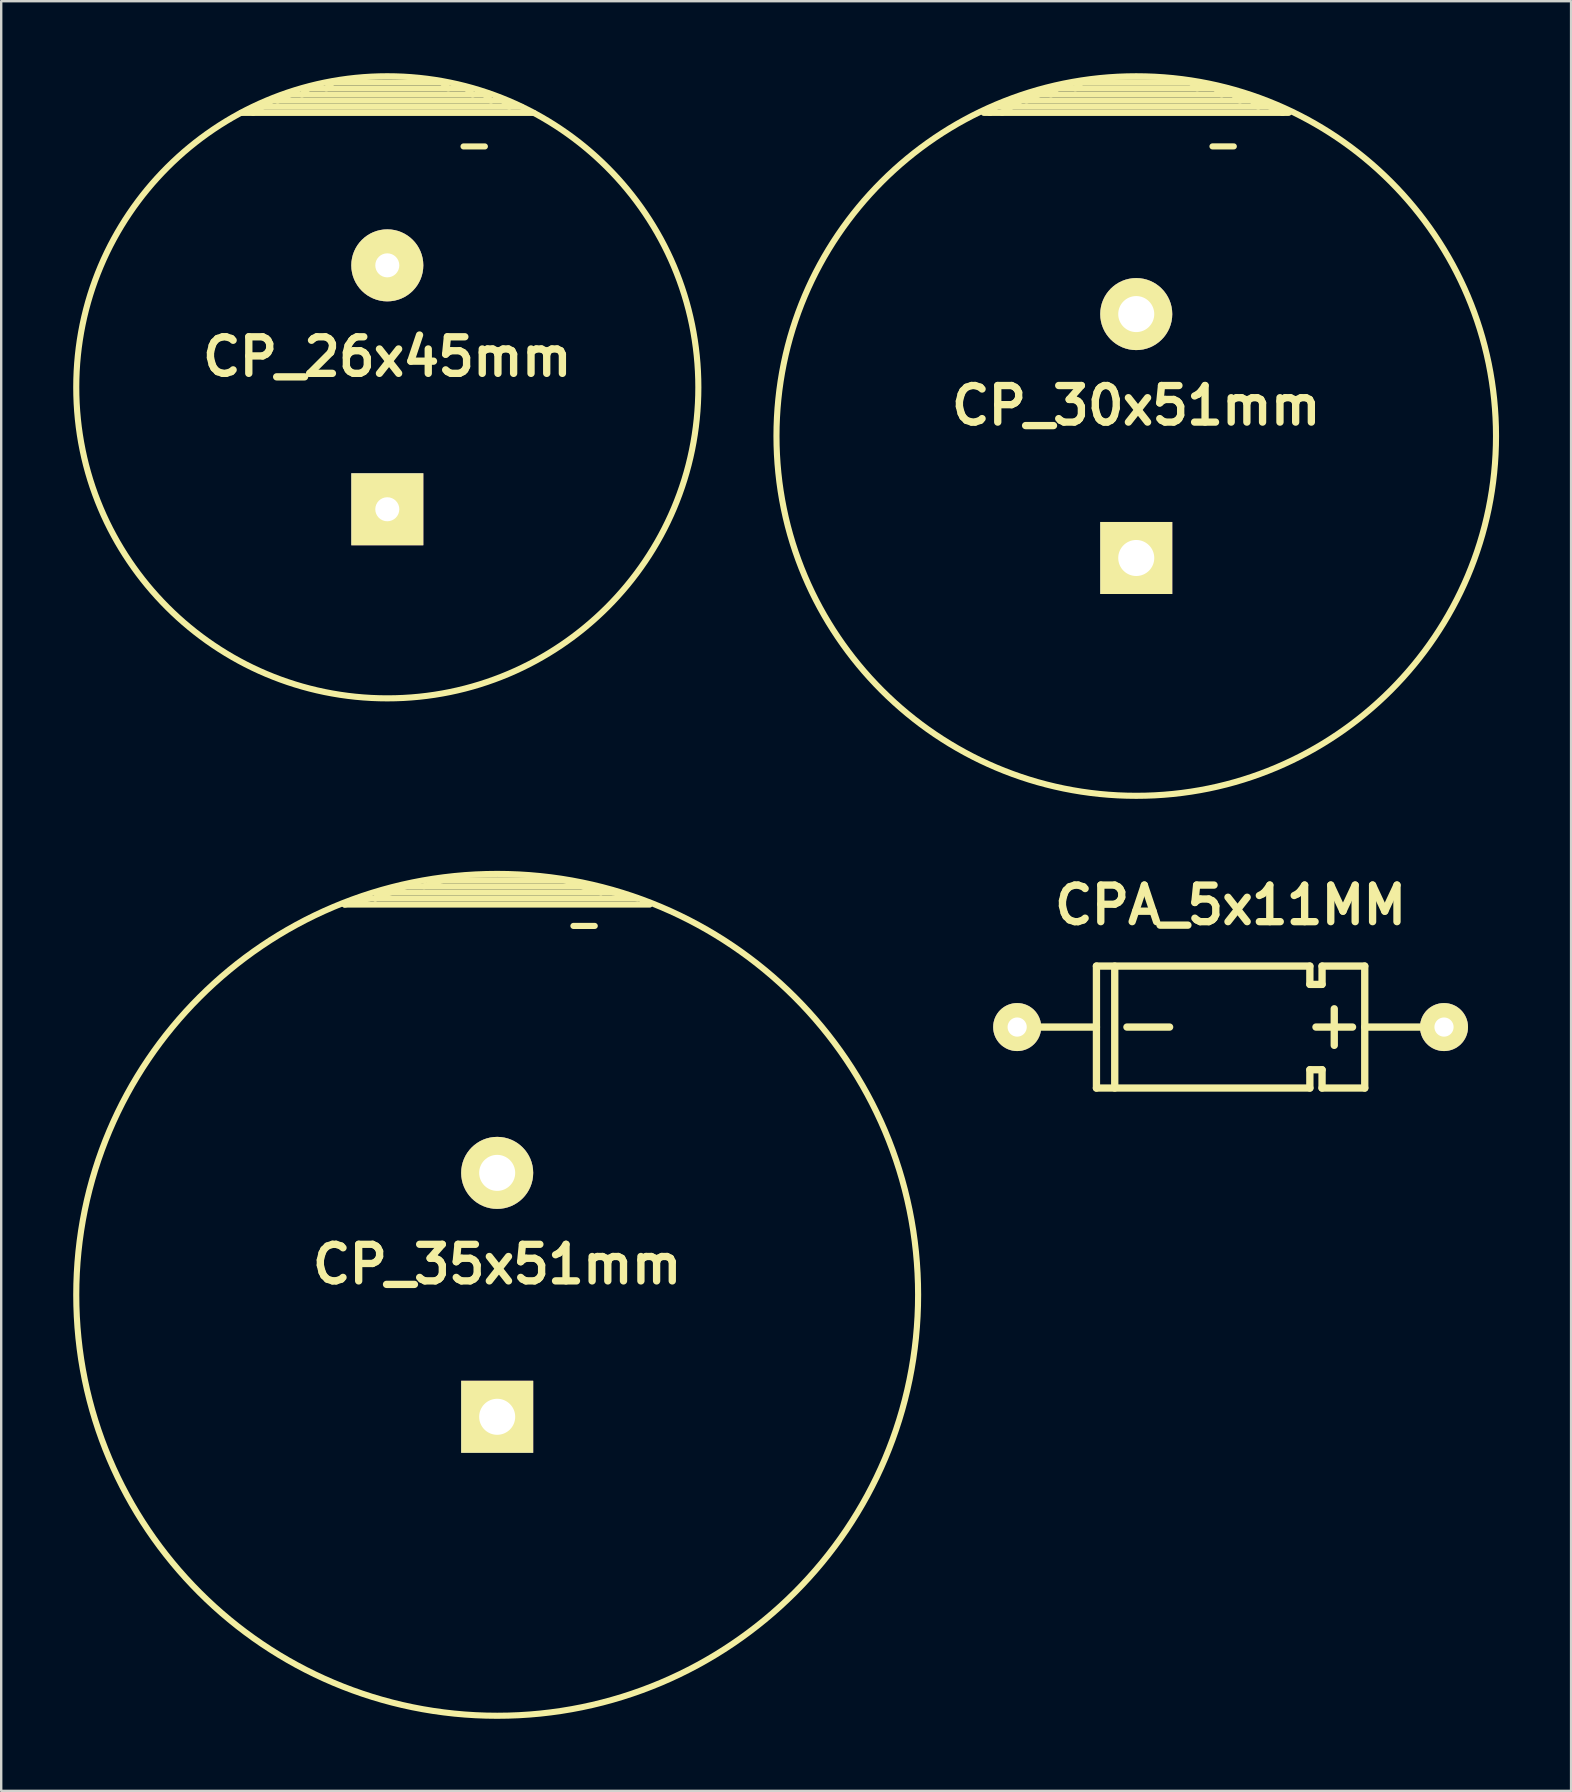
<source format=kicad_pcb>
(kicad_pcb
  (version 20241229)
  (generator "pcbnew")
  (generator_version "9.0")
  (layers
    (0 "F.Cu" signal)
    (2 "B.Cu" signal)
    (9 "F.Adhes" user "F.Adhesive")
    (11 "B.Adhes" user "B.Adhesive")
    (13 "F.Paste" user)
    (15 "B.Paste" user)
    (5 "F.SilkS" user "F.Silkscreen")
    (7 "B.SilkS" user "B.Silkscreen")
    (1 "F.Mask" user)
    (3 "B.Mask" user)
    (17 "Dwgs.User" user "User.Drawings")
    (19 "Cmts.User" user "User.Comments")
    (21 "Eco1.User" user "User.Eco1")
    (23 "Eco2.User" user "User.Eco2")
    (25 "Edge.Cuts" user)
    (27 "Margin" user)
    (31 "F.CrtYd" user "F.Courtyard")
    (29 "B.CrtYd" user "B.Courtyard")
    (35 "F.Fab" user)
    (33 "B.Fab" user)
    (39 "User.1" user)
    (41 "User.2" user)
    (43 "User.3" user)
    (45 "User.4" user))
  (footprint "CP_35x51mm"
    (layer "F.Cu")
    (at 17.66 50.886)
    (property "Reference" "CP_35x51mm" (at 0 -1.27 0) (layer "F.SilkS") (effects (font (size 1.524 1.524) (thickness 0.305))))
    (attr through_hole)
    (fp_line (start -6.35 -16.256) (end -5.334 -16.51) (stroke (width 0.254) (type solid)) (layer "F.SilkS"))
    (fp_line (start -5.334 -16.51) (end 5.842 -16.51) (stroke (width 0.254) (type solid)) (layer "F.SilkS"))
    (fp_line (start -5.08 -16.51) (end -3.81 -17.018) (stroke (width 0.254) (type solid)) (layer "F.SilkS"))
    (fp_line (start -4.826 -16.764) (end -5.08 -16.51) (stroke (width 0.254) (type solid)) (layer "F.SilkS"))
    (fp_line (start -3.81 -17.018) (end 3.556 -17.018) (stroke (width 0.254) (type solid)) (layer "F.SilkS"))
    (fp_line (start -2.286 -17.272) (end -3.048 -17.018) (stroke (width 0.254) (type solid)) (layer "F.SilkS"))
    (fp_line (start 2.794 -17.272) (end -2.286 -17.272) (stroke (width 0.254) (type solid)) (layer "F.SilkS"))
    (fp_line (start 3.175 -15.367) (end 4.064 -15.367) (stroke (width 0.254) (type solid)) (layer "F.SilkS"))
    (fp_line (start 3.556 -17.018) (end 4.318 -16.764) (stroke (width 0.254) (type solid)) (layer "F.SilkS"))
    (fp_line (start 4.318 -16.764) (end 2.794 -17.272) (stroke (width 0.254) (type solid)) (layer "F.SilkS"))
    (fp_line (start 4.826 -16.764) (end -4.826 -16.764) (stroke (width 0.254) (type solid)) (layer "F.SilkS"))
    (fp_line (start 5.842 -16.51) (end 4.826 -16.764) (stroke (width 0.254) (type solid)) (layer "F.SilkS"))
    (fp_line (start 6.35 -16.256) (end -6.35 -16.256) (stroke (width 0.254) (type solid)) (layer "F.SilkS"))
    (fp_circle (center 0 0) (end 17.526 0.508) (stroke (width 0.254) (type solid)) (fill no) (layer "F.SilkS"))
    (pad "1" thru_hole rect (at 0 5.08) (size 3 3) (drill 1.501) (layers "*.Cu" "*.Mask" "F.SilkS"))
    (pad "2" thru_hole circle (at 0 -5.08) (size 3 3) (drill 1.501) (layers "*.Cu" "*.Mask" "F.SilkS")))
  (footprint "CP_30x51mm"
    (layer "F.Cu")
    (at 44.28 15.113)
    (property "Reference" "CP_30x51mm" (at 0 -1.27 0) (layer "F.SilkS") (effects (font (size 1.524 1.524) (thickness 0.305))))
    (attr through_hole)
    (fp_line (start -6.35 -13.462) (end -6.096 -13.462) (stroke (width 0.254) (type solid)) (layer "F.SilkS"))
    (fp_line (start -6.096 -13.462) (end -5.842 -13.716) (stroke (width 0.254) (type solid)) (layer "F.SilkS"))
    (fp_line (start -5.842 -13.716) (end -5.588 -13.716) (stroke (width 0.254) (type solid)) (layer "F.SilkS"))
    (fp_line (start -5.588 -13.716) (end -5.08 -13.97) (stroke (width 0.254) (type solid)) (layer "F.SilkS"))
    (fp_line (start -5.334 -13.716) (end 5.588 -13.716) (stroke (width 0.254) (type solid)) (layer "F.SilkS"))
    (fp_line (start -5.08 -13.97) (end -3.556 -14.478) (stroke (width 0.254) (type solid)) (layer "F.SilkS"))
    (fp_line (start -4.826 -13.97) (end -5.588 -13.462) (stroke (width 0.254) (type solid)) (layer "F.SilkS"))
    (fp_line (start -4.572 -13.97) (end -4.064 -14.224) (stroke (width 0.254) (type solid)) (layer "F.SilkS"))
    (fp_line (start -4.064 -14.224) (end 4.064 -14.224) (stroke (width 0.254) (type solid)) (layer "F.SilkS"))
    (fp_line (start -3.556 -14.478) (end -2.54 -14.732) (stroke (width 0.254) (type solid)) (layer "F.SilkS"))
    (fp_line (start -3.302 -14.478) (end -3.556 -14.224) (stroke (width 0.254) (type solid)) (layer "F.SilkS"))
    (fp_line (start -2.54 -14.732) (end 2.54 -14.732) (stroke (width 0.254) (type solid)) (layer "F.SilkS"))
    (fp_line (start -2.54 -14.478) (end -2.286 -14.732) (stroke (width 0.254) (type solid)) (layer "F.SilkS"))
    (fp_line (start -2.286 -14.732) (end 2.286 -14.732) (stroke (width 0.254) (type solid)) (layer "F.SilkS"))
    (fp_line (start 2.286 -14.732) (end 2.54 -14.478) (stroke (width 0.254) (type solid)) (layer "F.SilkS"))
    (fp_line (start 2.54 -14.732) (end 4.064 -14.224) (stroke (width 0.254) (type solid)) (layer "F.SilkS"))
    (fp_line (start 3.175 -12.065) (end 4.064 -12.065) (stroke (width 0.254) (type solid)) (layer "F.SilkS"))
    (fp_line (start 3.302 -14.478) (end -3.302 -14.478) (stroke (width 0.254) (type solid)) (layer "F.SilkS"))
    (fp_line (start 3.556 -14.224) (end 3.302 -14.478) (stroke (width 0.254) (type solid)) (layer "F.SilkS"))
    (fp_line (start 4.064 -14.224) (end 4.318 -14.224) (stroke (width 0.254) (type solid)) (layer "F.SilkS"))
    (fp_line (start 4.064 -14.224) (end 4.318 -13.97) (stroke (width 0.254) (type solid)) (layer "F.SilkS"))
    (fp_line (start 4.318 -14.224) (end 5.588 -13.716) (stroke (width 0.254) (type solid)) (layer "F.SilkS"))
    (fp_line (start 4.826 -13.97) (end -4.826 -13.97) (stroke (width 0.254) (type solid)) (layer "F.SilkS"))
    (fp_line (start 5.08 -13.716) (end 4.826 -13.97) (stroke (width 0.254) (type solid)) (layer "F.SilkS"))
    (fp_line (start 5.588 -13.716) (end 6.096 -13.462) (stroke (width 0.254) (type solid)) (layer "F.SilkS"))
    (fp_line (start 6.096 -13.462) (end -6.096 -13.462) (stroke (width 0.254) (type solid)) (layer "F.SilkS"))
    (fp_line (start 6.096 -13.462) (end 6.35 -13.462) (stroke (width 0.254) (type solid)) (layer "F.SilkS"))
    (fp_circle (center 0 0) (end 14.986 0) (stroke (width 0.254) (type solid)) (fill no) (layer "F.SilkS"))
    (pad "1" thru_hole rect (at 0 5.08) (size 3 3) (drill 1.501) (layers "*.Cu" "*.Mask" "F.SilkS"))
    (pad "2" thru_hole circle (at 0 -5.08) (size 3 3) (drill 1.501) (layers "*.Cu" "*.Mask" "F.SilkS")))
  (footprint "CPA_5x11MM"
    (layer "F.Cu")
    (at 48.21 39.732)
    (property "Reference" "CPA_5x11MM" (at 0 -5.08 0) (layer "F.SilkS") (effects (font (size 1.524 1.524) (thickness 0.305))))
    (attr through_hole)
    (fp_line (start -5.588 0) (end -8.89 0) (stroke (width 0.305) (type solid)) (layer "F.SilkS"))
    (fp_line (start -5.588 2.54) (end -5.588 -2.54) (stroke (width 0.305) (type solid)) (layer "F.SilkS"))
    (fp_line (start -4.826 -2.54) (end -4.826 2.54) (stroke (width 0.305) (type solid)) (layer "F.SilkS"))
    (fp_line (start -4.318 0) (end -2.54 0) (stroke (width 0.305) (type solid)) (layer "F.SilkS"))
    (fp_line (start 3.302 -2.54) (end -5.588 -2.54) (stroke (width 0.305) (type solid)) (layer "F.SilkS"))
    (fp_line (start 3.302 -2.54) (end 3.302 -1.778) (stroke (width 0.305) (type solid)) (layer "F.SilkS"))
    (fp_line (start 3.302 -1.778) (end 3.81 -1.778) (stroke (width 0.305) (type solid)) (layer "F.SilkS"))
    (fp_line (start 3.302 1.778) (end 3.302 2.54) (stroke (width 0.305) (type solid)) (layer "F.SilkS"))
    (fp_line (start 3.302 2.54) (end -5.588 2.54) (stroke (width 0.305) (type solid)) (layer "F.SilkS"))
    (fp_line (start 3.81 -2.54) (end 5.588 -2.54) (stroke (width 0.305) (type solid)) (layer "F.SilkS"))
    (fp_line (start 3.81 -1.778) (end 3.81 -2.54) (stroke (width 0.305) (type solid)) (layer "F.SilkS"))
    (fp_line (start 3.81 1.778) (end 3.302 1.778) (stroke (width 0.305) (type solid)) (layer "F.SilkS"))
    (fp_line (start 3.81 2.54) (end 3.81 1.778) (stroke (width 0.305) (type solid)) (layer "F.SilkS"))
    (fp_line (start 4.318 0.762) (end 4.318 -0.762) (stroke (width 0.305) (type solid)) (layer "F.SilkS"))
    (fp_line (start 5.08 0) (end 3.556 0) (stroke (width 0.305) (type solid)) (layer "F.SilkS"))
    (fp_line (start 5.588 -2.54) (end 5.588 2.54) (stroke (width 0.305) (type solid)) (layer "F.SilkS"))
    (fp_line (start 5.588 2.54) (end 3.81 2.54) (stroke (width 0.305) (type solid)) (layer "F.SilkS"))
    (fp_line (start 8.89 0) (end 5.588 0) (stroke (width 0.305) (type solid)) (layer "F.SilkS"))
    (pad "1" thru_hole circle (at 8.89 0) (size 1.999 1.999) (drill 0.8) (layers "*.Cu" "*.Mask" "F.SilkS"))
    (pad "2" thru_hole circle (at -8.89 0) (size 1.999 1.999) (drill 0.8) (layers "*.Cu" "*.Mask" "F.SilkS")))
  (footprint "CP_26x45mm"
    (layer "F.Cu")
    (at 13.083 13.083)
    (property "Reference" "CP_26x45mm" (at 0 -1.27 0) (layer "F.SilkS") (effects (font (size 1.524 1.524) (thickness 0.305))))
    (attr through_hole)
    (fp_line (start -5.334 -11.684) (end 5.588 -11.684) (stroke (width 0.254) (type solid)) (layer "F.SilkS"))
    (fp_line (start -4.826 -11.938) (end -5.588 -11.43) (stroke (width 0.254) (type solid)) (layer "F.SilkS"))
    (fp_line (start -4.572 -11.938) (end -4.064 -12.192) (stroke (width 0.254) (type solid)) (layer "F.SilkS"))
    (fp_line (start -4.064 -12.192) (end 4.064 -12.192) (stroke (width 0.254) (type solid)) (layer "F.SilkS"))
    (fp_line (start -3.302 -12.446) (end -3.556 -12.192) (stroke (width 0.254) (type solid)) (layer "F.SilkS"))
    (fp_line (start -2.54 -12.446) (end -2.286 -12.7) (stroke (width 0.254) (type solid)) (layer "F.SilkS"))
    (fp_line (start -2.286 -12.7) (end 2.286 -12.7) (stroke (width 0.254) (type solid)) (layer "F.SilkS"))
    (fp_line (start 2.286 -12.7) (end 2.54 -12.446) (stroke (width 0.254) (type solid)) (layer "F.SilkS"))
    (fp_line (start 3.175 -10.033) (end 4.064 -10.033) (stroke (width 0.254) (type solid)) (layer "F.SilkS"))
    (fp_line (start 3.302 -12.446) (end -3.302 -12.446) (stroke (width 0.254) (type solid)) (layer "F.SilkS"))
    (fp_line (start 3.556 -12.192) (end 3.302 -12.446) (stroke (width 0.254) (type solid)) (layer "F.SilkS"))
    (fp_line (start 4.064 -12.192) (end 4.318 -11.938) (stroke (width 0.254) (type solid)) (layer "F.SilkS"))
    (fp_line (start 4.826 -11.938) (end -4.826 -11.938) (stroke (width 0.254) (type solid)) (layer "F.SilkS"))
    (fp_line (start 5.08 -11.684) (end 4.826 -11.938) (stroke (width 0.254) (type solid)) (layer "F.SilkS"))
    (fp_line (start 6.096 -11.43) (end -6.096 -11.43) (stroke (width 0.254) (type solid)) (layer "F.SilkS"))
    (fp_circle (center 0 0) (end -12.954 -0.254) (stroke (width 0.254) (type solid)) (fill no) (layer "F.SilkS"))
    (pad "1" thru_hole rect (at 0 5.08) (size 3 3) (drill 1.001) (layers "*.Cu" "*.Mask" "F.SilkS"))
    (pad "2" thru_hole circle (at 0 -5.08) (size 3 3) (drill 1.001) (layers "*.Cu" "*.Mask" "F.SilkS")))
  (gr_rect
    (start -3 -3)
    (end 62.393 71.547)
    (stroke (width 0.1) (type default))
    (fill no)
    (layer "Edge.Cuts")))
</source>
